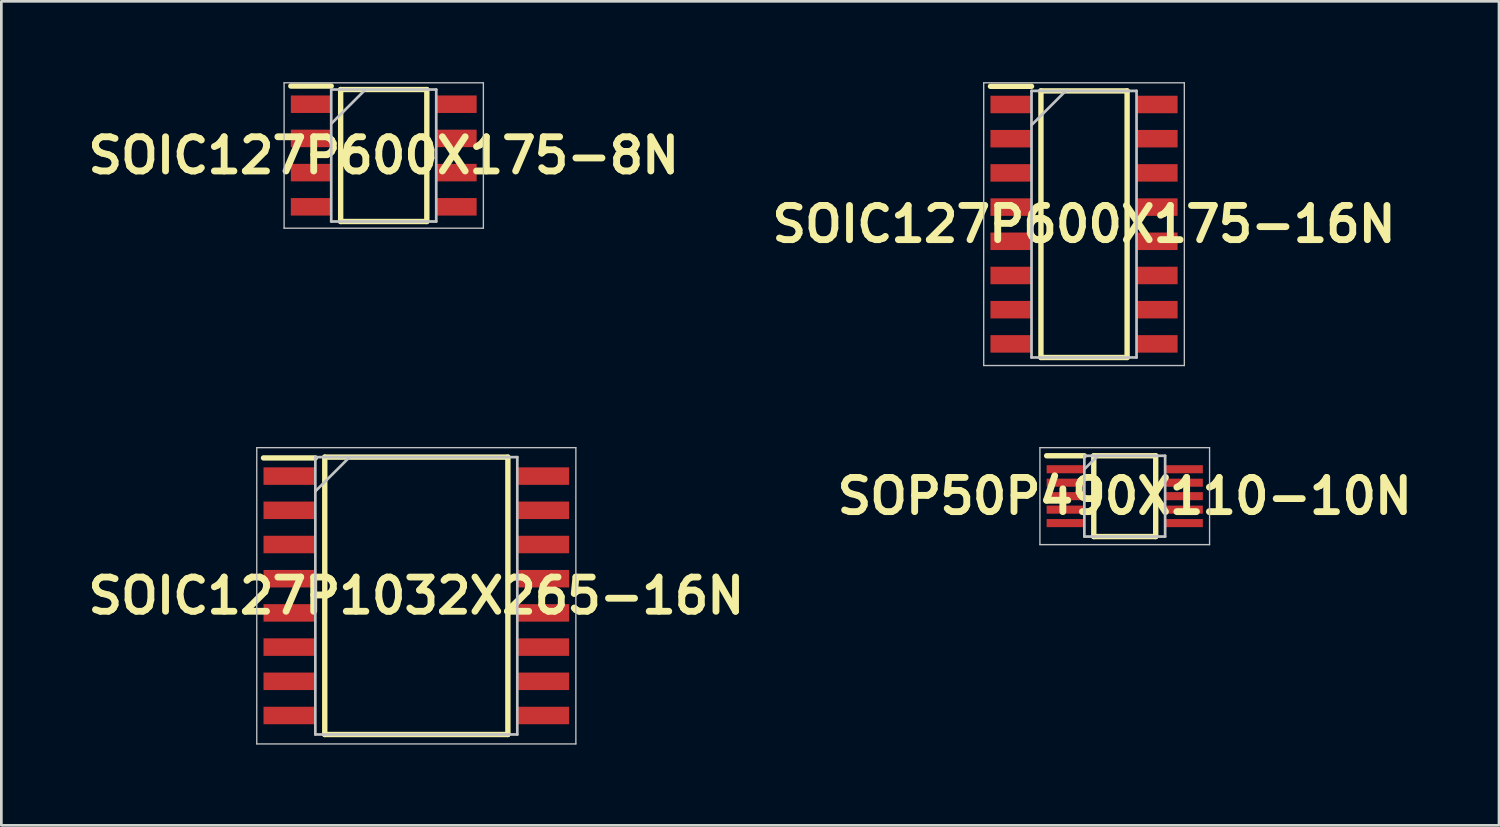
<source format=kicad_pcb>
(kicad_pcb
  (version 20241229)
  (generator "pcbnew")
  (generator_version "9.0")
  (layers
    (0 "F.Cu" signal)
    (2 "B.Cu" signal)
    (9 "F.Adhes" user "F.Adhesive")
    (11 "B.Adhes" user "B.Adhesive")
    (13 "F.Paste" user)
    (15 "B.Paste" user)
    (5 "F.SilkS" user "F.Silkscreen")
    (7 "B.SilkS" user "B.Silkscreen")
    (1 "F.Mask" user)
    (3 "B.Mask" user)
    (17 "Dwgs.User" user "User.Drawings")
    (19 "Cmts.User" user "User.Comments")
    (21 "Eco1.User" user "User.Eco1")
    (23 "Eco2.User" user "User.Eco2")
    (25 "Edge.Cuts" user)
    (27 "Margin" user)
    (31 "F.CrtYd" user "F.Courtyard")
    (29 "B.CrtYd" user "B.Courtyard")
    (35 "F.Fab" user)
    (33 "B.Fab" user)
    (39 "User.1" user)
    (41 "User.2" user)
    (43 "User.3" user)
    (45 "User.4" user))
  (footprint "SOIC127P1032X265-16N"
    (layer "F.Cu")
    (at 12.41 19.075)
    (property "Reference" "SOIC127P1032X265-16N" (at 0 0 0) (layer "F.SilkS") (effects (font (size 1.27 1.27) (thickness 0.254))))
    (attr smd)
    (fp_line (start -5.675 -5.12) (end -3.75 -5.12) (stroke (width 0.2) (type solid)) (layer "F.SilkS"))
    (fp_line (start -3.4 -5.15) (end 3.4 -5.15) (stroke (width 0.2) (type solid)) (layer "F.SilkS"))
    (fp_line (start -3.4 5.15) (end -3.4 -5.15) (stroke (width 0.2) (type solid)) (layer "F.SilkS"))
    (fp_line (start 3.4 -5.15) (end 3.4 5.15) (stroke (width 0.2) (type solid)) (layer "F.SilkS"))
    (fp_line (start 3.4 5.15) (end -3.4 5.15) (stroke (width 0.2) (type solid)) (layer "F.SilkS"))
    (fp_line (start -5.925 -5.5) (end 5.925 -5.5) (stroke (width 0.05) (type solid)) (layer "Dwgs.User"))
    (fp_line (start -5.925 5.5) (end -5.925 -5.5) (stroke (width 0.05) (type solid)) (layer "Dwgs.User"))
    (fp_line (start -3.75 -5.15) (end 3.75 -5.15) (stroke (width 0.1) (type solid)) (layer "Dwgs.User"))
    (fp_line (start -3.75 -3.88) (end -2.48 -5.15) (stroke (width 0.1) (type solid)) (layer "Dwgs.User"))
    (fp_line (start -3.75 5.15) (end -3.75 -5.15) (stroke (width 0.1) (type solid)) (layer "Dwgs.User"))
    (fp_line (start 3.75 -5.15) (end 3.75 5.15) (stroke (width 0.1) (type solid)) (layer "Dwgs.User"))
    (fp_line (start 3.75 5.15) (end -3.75 5.15) (stroke (width 0.1) (type solid)) (layer "Dwgs.User"))
    (fp_line (start 5.925 -5.5) (end 5.925 5.5) (stroke (width 0.05) (type solid)) (layer "Dwgs.User"))
    (fp_line (start 5.925 5.5) (end -5.925 5.5) (stroke (width 0.05) (type solid)) (layer "Dwgs.User"))
    (pad "1" smd rect (at -4.712 -4.445 90) (size 0.65 1.925) (layers "F.Cu" "F.Mask" "F.Paste"))
    (pad "2" smd rect (at -4.712 -3.175 90) (size 0.65 1.925) (layers "F.Cu" "F.Mask" "F.Paste"))
    (pad "3" smd rect (at -4.712 -1.905 90) (size 0.65 1.925) (layers "F.Cu" "F.Mask" "F.Paste"))
    (pad "4" smd rect (at -4.712 -0.635 90) (size 0.65 1.925) (layers "F.Cu" "F.Mask" "F.Paste"))
    (pad "5" smd rect (at -4.712 0.635 90) (size 0.65 1.925) (layers "F.Cu" "F.Mask" "F.Paste"))
    (pad "6" smd rect (at -4.712 1.905 90) (size 0.65 1.925) (layers "F.Cu" "F.Mask" "F.Paste"))
    (pad "7" smd rect (at -4.712 3.175 90) (size 0.65 1.925) (layers "F.Cu" "F.Mask" "F.Paste"))
    (pad "8" smd rect (at -4.712 4.445 90) (size 0.65 1.925) (layers "F.Cu" "F.Mask" "F.Paste"))
    (pad "9" smd rect (at 4.712 4.445 90) (size 0.65 1.925) (layers "F.Cu" "F.Mask" "F.Paste"))
    (pad "10" smd rect (at 4.712 3.175 90) (size 0.65 1.925) (layers "F.Cu" "F.Mask" "F.Paste"))
    (pad "11" smd rect (at 4.712 1.905 90) (size 0.65 1.925) (layers "F.Cu" "F.Mask" "F.Paste"))
    (pad "12" smd rect (at 4.712 0.635 90) (size 0.65 1.925) (layers "F.Cu" "F.Mask" "F.Paste"))
    (pad "13" smd rect (at 4.712 -0.635 90) (size 0.65 1.925) (layers "F.Cu" "F.Mask" "F.Paste"))
    (pad "14" smd rect (at 4.712 -1.905 90) (size 0.65 1.925) (layers "F.Cu" "F.Mask" "F.Paste"))
    (pad "15" smd rect (at 4.712 -3.175 90) (size 0.65 1.925) (layers "F.Cu" "F.Mask" "F.Paste"))
    (pad "16" smd rect (at 4.712 -4.445 90) (size 0.65 1.925) (layers "F.Cu" "F.Mask" "F.Paste")))
  (footprint "SOIC127P600X175-8N"
    (layer "F.Cu")
    (at 11.2 2.725)
    (property "Reference" "SOIC127P600X175-8N" (at 0 0 0) (layer "F.SilkS") (effects (font (size 1.27 1.27) (thickness 0.254))))
    (attr smd)
    (fp_line (start -3.45 -2.58) (end -1.95 -2.58) (stroke (width 0.2) (type solid)) (layer "F.SilkS"))
    (fp_line (start -1.6 -2.45) (end 1.6 -2.45) (stroke (width 0.2) (type solid)) (layer "F.SilkS"))
    (fp_line (start -1.6 2.45) (end -1.6 -2.45) (stroke (width 0.2) (type solid)) (layer "F.SilkS"))
    (fp_line (start 1.6 -2.45) (end 1.6 2.45) (stroke (width 0.2) (type solid)) (layer "F.SilkS"))
    (fp_line (start 1.6 2.45) (end -1.6 2.45) (stroke (width 0.2) (type solid)) (layer "F.SilkS"))
    (fp_line (start -3.7 -2.7) (end 3.7 -2.7) (stroke (width 0.05) (type solid)) (layer "Dwgs.User"))
    (fp_line (start -3.7 2.7) (end -3.7 -2.7) (stroke (width 0.05) (type solid)) (layer "Dwgs.User"))
    (fp_line (start -1.95 -2.45) (end 1.95 -2.45) (stroke (width 0.1) (type solid)) (layer "Dwgs.User"))
    (fp_line (start -1.95 -1.18) (end -0.68 -2.45) (stroke (width 0.1) (type solid)) (layer "Dwgs.User"))
    (fp_line (start -1.95 2.45) (end -1.95 -2.45) (stroke (width 0.1) (type solid)) (layer "Dwgs.User"))
    (fp_line (start 1.95 -2.45) (end 1.95 2.45) (stroke (width 0.1) (type solid)) (layer "Dwgs.User"))
    (fp_line (start 1.95 2.45) (end -1.95 2.45) (stroke (width 0.1) (type solid)) (layer "Dwgs.User"))
    (fp_line (start 3.7 -2.7) (end 3.7 2.7) (stroke (width 0.05) (type solid)) (layer "Dwgs.User"))
    (fp_line (start 3.7 2.7) (end -3.7 2.7) (stroke (width 0.05) (type solid)) (layer "Dwgs.User"))
    (pad "1" smd rect (at -2.7 -1.905 90) (size 0.65 1.5) (layers "F.Cu" "F.Mask" "F.Paste"))
    (pad "2" smd rect (at -2.7 -0.635 90) (size 0.65 1.5) (layers "F.Cu" "F.Mask" "F.Paste"))
    (pad "3" smd rect (at -2.7 0.635 90) (size 0.65 1.5) (layers "F.Cu" "F.Mask" "F.Paste"))
    (pad "4" smd rect (at -2.7 1.905 90) (size 0.65 1.5) (layers "F.Cu" "F.Mask" "F.Paste"))
    (pad "5" smd rect (at 2.7 1.905 90) (size 0.65 1.5) (layers "F.Cu" "F.Mask" "F.Paste"))
    (pad "6" smd rect (at 2.7 0.635 90) (size 0.65 1.5) (layers "F.Cu" "F.Mask" "F.Paste"))
    (pad "7" smd rect (at 2.7 -0.635 90) (size 0.65 1.5) (layers "F.Cu" "F.Mask" "F.Paste"))
    (pad "8" smd rect (at 2.7 -1.905 90) (size 0.65 1.5) (layers "F.Cu" "F.Mask" "F.Paste")))
  (footprint "SOP50P490X110-10N"
    (layer "F.Cu")
    (at 38.717 15.375)
    (property "Reference" "SOP50P490X110-10N" (at 0 0 0) (layer "F.SilkS") (effects (font (size 1.27 1.27) (thickness 0.254))))
    (attr smd)
    (fp_line (start -2.9 -1.5) (end -1.5 -1.5) (stroke (width 0.2) (type solid)) (layer "F.SilkS"))
    (fp_line (start -1.15 -1.5) (end 1.15 -1.5) (stroke (width 0.2) (type solid)) (layer "F.SilkS"))
    (fp_line (start -1.15 1.5) (end -1.15 -1.5) (stroke (width 0.2) (type solid)) (layer "F.SilkS"))
    (fp_line (start 1.15 -1.5) (end 1.15 1.5) (stroke (width 0.2) (type solid)) (layer "F.SilkS"))
    (fp_line (start 1.15 1.5) (end -1.15 1.5) (stroke (width 0.2) (type solid)) (layer "F.SilkS"))
    (fp_line (start -3.15 -1.8) (end 3.15 -1.8) (stroke (width 0.05) (type solid)) (layer "Dwgs.User"))
    (fp_line (start -3.15 1.8) (end -3.15 -1.8) (stroke (width 0.05) (type solid)) (layer "Dwgs.User"))
    (fp_line (start -1.5 -1.5) (end 1.5 -1.5) (stroke (width 0.1) (type solid)) (layer "Dwgs.User"))
    (fp_line (start -1.5 -1) (end -1 -1.5) (stroke (width 0.1) (type solid)) (layer "Dwgs.User"))
    (fp_line (start -1.5 1.5) (end -1.5 -1.5) (stroke (width 0.1) (type solid)) (layer "Dwgs.User"))
    (fp_line (start 1.5 -1.5) (end 1.5 1.5) (stroke (width 0.1) (type solid)) (layer "Dwgs.User"))
    (fp_line (start 1.5 1.5) (end -1.5 1.5) (stroke (width 0.1) (type solid)) (layer "Dwgs.User"))
    (fp_line (start 3.15 -1.8) (end 3.15 1.8) (stroke (width 0.05) (type solid)) (layer "Dwgs.User"))
    (fp_line (start 3.15 1.8) (end -3.15 1.8) (stroke (width 0.05) (type solid)) (layer "Dwgs.User"))
    (pad "1" smd rect (at -2.2 -1 90) (size 0.3 1.4) (layers "F.Cu" "F.Mask" "F.Paste"))
    (pad "2" smd rect (at -2.2 -0.5 90) (size 0.3 1.4) (layers "F.Cu" "F.Mask" "F.Paste"))
    (pad "3" smd rect (at -2.2 0 90) (size 0.3 1.4) (layers "F.Cu" "F.Mask" "F.Paste"))
    (pad "4" smd rect (at -2.2 0.5 90) (size 0.3 1.4) (layers "F.Cu" "F.Mask" "F.Paste"))
    (pad "5" smd rect (at -2.2 1 90) (size 0.3 1.4) (layers "F.Cu" "F.Mask" "F.Paste"))
    (pad "6" smd rect (at 2.2 1 90) (size 0.3 1.4) (layers "F.Cu" "F.Mask" "F.Paste"))
    (pad "7" smd rect (at 2.2 0.5 90) (size 0.3 1.4) (layers "F.Cu" "F.Mask" "F.Paste"))
    (pad "8" smd rect (at 2.2 0 90) (size 0.3 1.4) (layers "F.Cu" "F.Mask" "F.Paste"))
    (pad "9" smd rect (at 2.2 -0.5 90) (size 0.3 1.4) (layers "F.Cu" "F.Mask" "F.Paste"))
    (pad "10" smd rect (at 2.2 -1 90) (size 0.3 1.4) (layers "F.Cu" "F.Mask" "F.Paste")))
  (footprint "SOIC127P600X175-16N"
    (layer "F.Cu")
    (at 37.205 5.275)
    (property "Reference" "SOIC127P600X175-16N" (at 0 0 0) (layer "F.SilkS") (effects (font (size 1.27 1.27) (thickness 0.254))))
    (attr smd)
    (fp_line (start -3.475 -5.12) (end -1.95 -5.12) (stroke (width 0.2) (type solid)) (layer "F.SilkS"))
    (fp_line (start -1.6 -4.95) (end 1.6 -4.95) (stroke (width 0.2) (type solid)) (layer "F.SilkS"))
    (fp_line (start -1.6 4.95) (end -1.6 -4.95) (stroke (width 0.2) (type solid)) (layer "F.SilkS"))
    (fp_line (start 1.6 -4.95) (end 1.6 4.95) (stroke (width 0.2) (type solid)) (layer "F.SilkS"))
    (fp_line (start 1.6 4.95) (end -1.6 4.95) (stroke (width 0.2) (type solid)) (layer "F.SilkS"))
    (fp_line (start -3.725 -5.25) (end 3.725 -5.25) (stroke (width 0.05) (type solid)) (layer "Dwgs.User"))
    (fp_line (start -3.725 5.25) (end -3.725 -5.25) (stroke (width 0.05) (type solid)) (layer "Dwgs.User"))
    (fp_line (start -1.95 -4.95) (end 1.95 -4.95) (stroke (width 0.1) (type solid)) (layer "Dwgs.User"))
    (fp_line (start -1.95 -3.68) (end -0.68 -4.95) (stroke (width 0.1) (type solid)) (layer "Dwgs.User"))
    (fp_line (start -1.95 4.95) (end -1.95 -4.95) (stroke (width 0.1) (type solid)) (layer "Dwgs.User"))
    (fp_line (start 1.95 -4.95) (end 1.95 4.95) (stroke (width 0.1) (type solid)) (layer "Dwgs.User"))
    (fp_line (start 1.95 4.95) (end -1.95 4.95) (stroke (width 0.1) (type solid)) (layer "Dwgs.User"))
    (fp_line (start 3.725 -5.25) (end 3.725 5.25) (stroke (width 0.05) (type solid)) (layer "Dwgs.User"))
    (fp_line (start 3.725 5.25) (end -3.725 5.25) (stroke (width 0.05) (type solid)) (layer "Dwgs.User"))
    (pad "1" smd rect (at -2.712 -4.445 90) (size 0.65 1.525) (layers "F.Cu" "F.Mask" "F.Paste"))
    (pad "2" smd rect (at -2.712 -3.175 90) (size 0.65 1.525) (layers "F.Cu" "F.Mask" "F.Paste"))
    (pad "3" smd rect (at -2.712 -1.905 90) (size 0.65 1.525) (layers "F.Cu" "F.Mask" "F.Paste"))
    (pad "4" smd rect (at -2.712 -0.635 90) (size 0.65 1.525) (layers "F.Cu" "F.Mask" "F.Paste"))
    (pad "5" smd rect (at -2.712 0.635 90) (size 0.65 1.525) (layers "F.Cu" "F.Mask" "F.Paste"))
    (pad "6" smd rect (at -2.712 1.905 90) (size 0.65 1.525) (layers "F.Cu" "F.Mask" "F.Paste"))
    (pad "7" smd rect (at -2.712 3.175 90) (size 0.65 1.525) (layers "F.Cu" "F.Mask" "F.Paste"))
    (pad "8" smd rect (at -2.712 4.445 90) (size 0.65 1.525) (layers "F.Cu" "F.Mask" "F.Paste"))
    (pad "9" smd rect (at 2.712 4.445 90) (size 0.65 1.525) (layers "F.Cu" "F.Mask" "F.Paste"))
    (pad "10" smd rect (at 2.712 3.175 90) (size 0.65 1.525) (layers "F.Cu" "F.Mask" "F.Paste"))
    (pad "11" smd rect (at 2.712 1.905 90) (size 0.65 1.525) (layers "F.Cu" "F.Mask" "F.Paste"))
    (pad "12" smd rect (at 2.712 0.635 90) (size 0.65 1.525) (layers "F.Cu" "F.Mask" "F.Paste"))
    (pad "13" smd rect (at 2.712 -0.635 90) (size 0.65 1.525) (layers "F.Cu" "F.Mask" "F.Paste"))
    (pad "14" smd rect (at 2.712 -1.905 90) (size 0.65 1.525) (layers "F.Cu" "F.Mask" "F.Paste"))
    (pad "15" smd rect (at 2.712 -3.175 90) (size 0.65 1.525) (layers "F.Cu" "F.Mask" "F.Paste"))
    (pad "16" smd rect (at 2.712 -4.445 90) (size 0.65 1.525) (layers "F.Cu" "F.Mask" "F.Paste")))
  (gr_rect
    (start -3 -3)
    (end 52.615 27.6)
    (stroke (width 0.1) (type default))
    (fill no)
    (layer "Edge.Cuts")))
</source>
